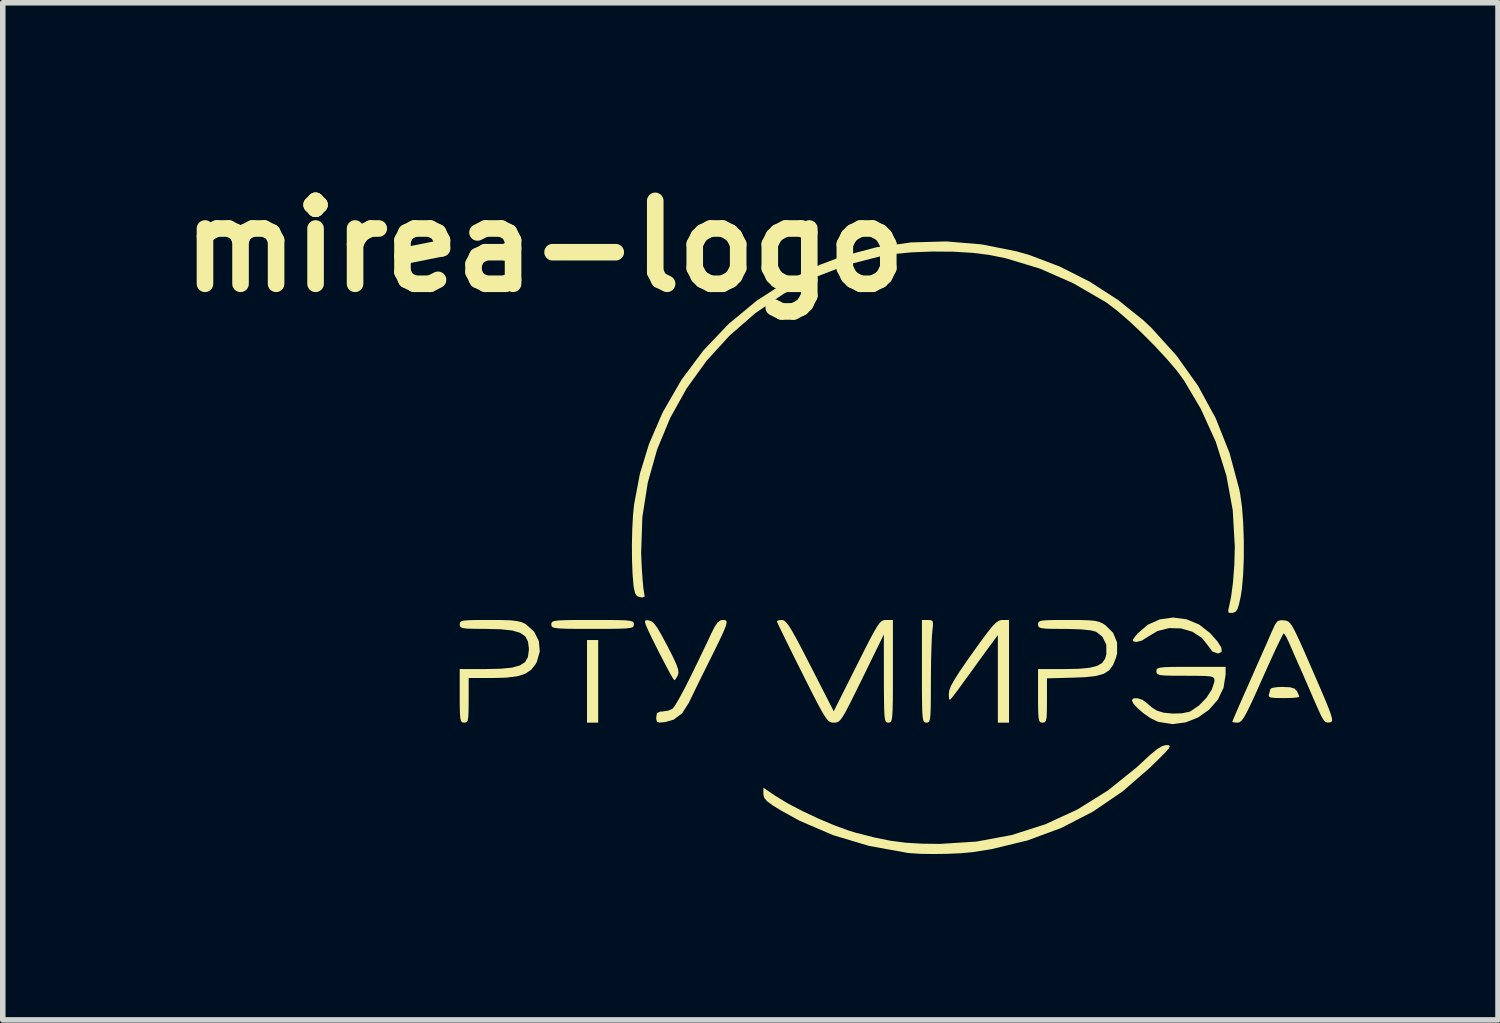
<source format=kicad_pcb>
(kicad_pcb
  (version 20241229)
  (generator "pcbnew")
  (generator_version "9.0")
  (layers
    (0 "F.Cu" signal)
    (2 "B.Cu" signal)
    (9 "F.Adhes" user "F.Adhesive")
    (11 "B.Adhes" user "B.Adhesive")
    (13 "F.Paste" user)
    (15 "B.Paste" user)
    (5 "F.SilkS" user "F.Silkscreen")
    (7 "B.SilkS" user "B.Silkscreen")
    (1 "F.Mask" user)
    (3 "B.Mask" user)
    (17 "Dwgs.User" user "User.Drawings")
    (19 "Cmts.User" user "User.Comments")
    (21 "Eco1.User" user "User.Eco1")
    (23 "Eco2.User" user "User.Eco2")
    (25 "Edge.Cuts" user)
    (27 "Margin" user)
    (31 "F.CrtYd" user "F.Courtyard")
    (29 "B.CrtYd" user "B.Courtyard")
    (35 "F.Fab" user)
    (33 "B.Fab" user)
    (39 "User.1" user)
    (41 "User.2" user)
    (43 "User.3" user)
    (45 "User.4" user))
  (footprint "mirea-logo"
    (layer "F.Cu")
    (at 13.3 8.404)
    (property "Reference" "mirea-logo" (at -6.5 -7 0) (layer "F.SilkS") (effects (font (size 1.5 1.5) (thickness 0.3))))
    (attr board_only exclude_from_pos_files exclude_from_bom)
    (fp_poly (pts (xy -5.532 0.868) (xy -5.532 1.615) (xy -5.633 1.615) (xy -5.734 1.615) (xy -5.734 0.868) (xy -5.734 0.121) (xy -5.633 0.121) (xy -5.532 0.121)) (stroke (width 0) (type solid)) (fill yes) (layer "F.SilkS"))
    (fp_poly (pts (xy 6.981 0.975) (xy 7.06 0.998) (xy 7.104 1.044) (xy 7.106 1.047) (xy 7.139 1.119) (xy 7.148 1.148) (xy 7.111 1.159) (xy 7.013 1.168) (xy 6.875 1.171) (xy 6.861 1.171) (xy 6.711 1.169) (xy 6.627 1.159) (xy 6.595 1.139) (xy 6.598 1.107) (xy 6.62 1.03) (xy 6.623 1.006) (xy 6.659 0.986) (xy 6.753 0.972) (xy 6.843 0.969)) (stroke (width 0) (type solid)) (fill yes) (layer "F.SilkS"))
    (fp_poly (pts (xy -4.622 -0.235) (xy -4.571 -0.22) (xy -4.521 -0.179) (xy -4.463 -0.1) (xy -4.388 0.027) (xy -4.287 0.216) (xy -4.283 0.223) (xy -4.184 0.417) (xy -4.12 0.555) (xy -4.087 0.649) (xy -4.08 0.714) (xy -4.091 0.758) (xy -4.13 0.827) (xy -4.155 0.848) (xy -4.181 0.813) (xy -4.235 0.719) (xy -4.311 0.577) (xy -4.403 0.4) (xy -4.454 0.3) (xy -4.558 0.091) (xy -4.629 -0.057) (xy -4.671 -0.153) (xy -4.686 -0.208) (xy -4.678 -0.233) (xy -4.65 -0.238)) (stroke (width 0) (type solid)) (fill yes) (layer "F.SilkS"))
    (fp_poly (pts (xy 5.105 -0.255) (xy 5.335 -0.16) (xy 5.536 -0.003) (xy 5.669 0.148) (xy 5.739 0.261) (xy 5.744 0.334) (xy 5.685 0.363) (xy 5.671 0.363) (xy 5.576 0.329) (xy 5.512 0.242) (xy 5.387 0.083) (xy 5.214 -0.029) (xy 5.01 -0.089) (xy 4.795 -0.095) (xy 4.585 -0.043) (xy 4.404 0.065) (xy 4.298 0.132) (xy 4.203 0.155) (xy 4.194 0.154) (xy 4.143 0.143) (xy 4.136 0.118) (xy 4.176 0.06) (xy 4.222 0.004) (xy 4.407 -0.156) (xy 4.626 -0.253) (xy 4.864 -0.286)) (stroke (width 0) (type solid)) (fill yes) (layer "F.SilkS"))
    (fp_poly (pts (xy 0.491 -0.238) (xy 0.52 -0.213) (xy 0.523 -0.146) (xy 0.511 -0.03) (xy 0.502 0.081) (xy 0.495 0.255) (xy 0.489 0.472) (xy 0.486 0.715) (xy 0.485 0.898) (xy 0.484 1.155) (xy 0.482 1.341) (xy 0.477 1.469) (xy 0.468 1.55) (xy 0.454 1.593) (xy 0.433 1.612) (xy 0.404 1.615) (xy 0.404 1.615) (xy 0.378 1.612) (xy 0.358 1.597) (xy 0.344 1.56) (xy 0.334 1.492) (xy 0.328 1.382) (xy 0.325 1.221) (xy 0.323 0.999) (xy 0.323 0.707) (xy 0.323 0.686) (xy 0.323 -0.242) (xy 0.43 -0.242)) (stroke (width 0) (type solid)) (fill yes) (layer "F.SilkS"))
    (fp_poly (pts (xy -5.371 -0.242) (xy -5.178 -0.24) (xy -5.045 -0.236) (xy -4.96 -0.227) (xy -4.912 -0.214) (xy -4.891 -0.194) (xy -4.886 -0.167) (xy -4.886 -0.162) (xy -4.89 -0.133) (xy -4.907 -0.112) (xy -4.949 -0.098) (xy -5.027 -0.089) (xy -5.151 -0.084) (xy -5.332 -0.081) (xy -5.581 -0.081) (xy -5.633 -0.081) (xy -5.896 -0.081) (xy -6.088 -0.083) (xy -6.222 -0.088) (xy -6.307 -0.096) (xy -6.354 -0.109) (xy -6.375 -0.129) (xy -6.38 -0.156) (xy -6.38 -0.162) (xy -6.377 -0.19) (xy -6.36 -0.211) (xy -6.317 -0.225) (xy -6.24 -0.234) (xy -6.116 -0.239) (xy -5.934 -0.242) (xy -5.685 -0.242) (xy -5.633 -0.242)) (stroke (width 0) (type solid)) (fill yes) (layer "F.SilkS"))
    (fp_poly (pts (xy 1.898 0.686) (xy 1.898 1.615) (xy 1.797 1.615) (xy 1.696 1.615) (xy 1.696 0.824) (xy 1.696 0.032) (xy 1.545 0.236) (xy 1.449 0.367) (xy 1.329 0.532) (xy 1.205 0.704) (xy 1.171 0.751) (xy 1.065 0.897) (xy 0.97 1.028) (xy 0.899 1.121) (xy 0.88 1.146) (xy 0.833 1.199) (xy 0.814 1.192) (xy 0.809 1.115) (xy 0.809 1.096) (xy 0.817 1.032) (xy 0.848 0.951) (xy 0.907 0.844) (xy 0.999 0.698) (xy 1.131 0.505) (xy 1.235 0.359) (xy 1.389 0.144) (xy 1.505 -0.013) (xy 1.592 -0.121) (xy 1.657 -0.189) (xy 1.708 -0.226) (xy 1.754 -0.241) (xy 1.78 -0.242) (xy 1.898 -0.242)) (stroke (width 0) (type solid)) (fill yes) (layer "F.SilkS"))
    (fp_poly (pts (xy -3.238 -0.24) (xy -3.214 -0.226) (xy -3.209 -0.191) (xy -3.226 -0.127) (xy -3.267 -0.025) (xy -3.337 0.125) (xy -3.438 0.332) (xy -3.533 0.523) (xy -3.638 0.734) (xy -3.735 0.931) (xy -3.816 1.098) (xy -3.874 1.217) (xy -3.893 1.257) (xy -4.013 1.445) (xy -4.166 1.56) (xy -4.317 1.604) (xy -4.422 1.614) (xy -4.469 1.599) (xy -4.482 1.549) (xy -4.482 1.52) (xy -4.469 1.442) (xy -4.413 1.415) (xy -4.369 1.413) (xy -4.259 1.396) (xy -4.187 1.363) (xy -4.142 1.305) (xy -4.068 1.179) (xy -3.967 0.992) (xy -3.844 0.748) (xy -3.701 0.454) (xy -3.54 0.117) (xy -3.5 0.03) (xy -3.428 -0.115) (xy -3.371 -0.199) (xy -3.319 -0.236) (xy -3.279 -0.242)) (stroke (width 0) (type solid)) (fill yes) (layer "F.SilkS"))
    (fp_poly (pts (xy 5.815 0.748) (xy 5.777 0.986) (xy 5.674 1.2) (xy 5.516 1.381) (xy 5.318 1.521) (xy 5.093 1.61) (xy 4.852 1.641) (xy 4.61 1.603) (xy 4.57 1.59) (xy 4.456 1.533) (xy 4.334 1.449) (xy 4.224 1.355) (xy 4.145 1.268) (xy 4.119 1.21) (xy 4.15 1.175) (xy 4.223 1.174) (xy 4.311 1.202) (xy 4.385 1.256) (xy 4.385 1.256) (xy 4.481 1.34) (xy 4.571 1.397) (xy 4.695 1.435) (xy 4.858 1.451) (xy 5.024 1.446) (xy 5.157 1.419) (xy 5.182 1.408) (xy 5.335 1.304) (xy 5.468 1.165) (xy 5.566 1.015) (xy 5.612 0.874) (xy 5.613 0.85) (xy 5.609 0.816) (xy 5.588 0.793) (xy 5.538 0.779) (xy 5.445 0.771) (xy 5.297 0.768) (xy 5.088 0.767) (xy 4.874 0.767) (xy 4.727 0.763) (xy 4.636 0.755) (xy 4.587 0.74) (xy 4.567 0.717) (xy 4.563 0.686) (xy 4.567 0.656) (xy 4.586 0.634) (xy 4.633 0.62) (xy 4.719 0.611) (xy 4.857 0.607) (xy 5.057 0.606) (xy 5.189 0.606) (xy 5.815 0.606)) (stroke (width 0) (type solid)) (fill yes) (layer "F.SilkS"))
    (fp_poly (pts (xy 4.792 2.025) (xy 4.807 2.041) (xy 4.789 2.079) (xy 4.732 2.146) (xy 4.628 2.251) (xy 4.473 2.403) (xy 4.46 2.417) (xy 3.954 2.857) (xy 3.416 3.224) (xy 2.844 3.519) (xy 2.233 3.745) (xy 1.58 3.903) (xy 1.239 3.957) (xy 1.035 3.976) (xy 0.79 3.987) (xy 0.532 3.991) (xy 0.291 3.987) (xy 0.095 3.974) (xy 0.061 3.97) (xy -0.634 3.844) (xy -1.283 3.65) (xy -1.888 3.39) (xy -2.231 3.201) (xy -2.383 3.106) (xy -2.477 3.036) (xy -2.526 2.98) (xy -2.543 2.923) (xy -2.544 2.902) (xy -2.544 2.792) (xy -2.332 2.936) (xy -2.117 3.068) (xy -1.85 3.208) (xy -1.557 3.347) (xy -1.263 3.471) (xy -0.995 3.569) (xy -0.868 3.607) (xy -0.534 3.692) (xy -0.243 3.751) (xy 0.035 3.787) (xy 0.332 3.804) (xy 0.646 3.808) (xy 1.307 3.766) (xy 1.944 3.648) (xy 2.555 3.453) (xy 3.137 3.184) (xy 3.687 2.841) (xy 4.203 2.426) (xy 4.295 2.341) (xy 4.456 2.192) (xy 4.575 2.095) (xy 4.664 2.041) (xy 4.734 2.021) (xy 4.75 2.02)) (stroke (width 0) (type solid)) (fill yes) (layer "F.SilkS"))
    (fp_poly (pts (xy -7.274 -0.241) (xy -7.112 -0.235) (xy -6.998 -0.222) (xy -6.916 -0.202) (xy -6.85 -0.171) (xy -6.837 -0.163) (xy -6.69 -0.03) (xy -6.605 0.14) (xy -6.588 0.329) (xy -6.642 0.517) (xy -6.664 0.558) (xy -6.745 0.66) (xy -6.851 0.731) (xy -6.997 0.777) (xy -7.197 0.801) (xy -7.449 0.808) (xy -7.874 0.808) (xy -7.874 1.211) (xy -7.876 1.395) (xy -7.881 1.513) (xy -7.893 1.579) (xy -7.916 1.608) (xy -7.951 1.615) (xy -7.955 1.615) (xy -7.989 1.611) (xy -8.012 1.587) (xy -8.026 1.532) (xy -8.033 1.432) (xy -8.036 1.273) (xy -8.036 1.131) (xy -8.036 0.646) (xy -7.578 0.646) (xy -7.3 0.64) (xy -7.092 0.62) (xy -6.947 0.58) (xy -6.853 0.518) (xy -6.803 0.428) (xy -6.786 0.305) (xy -6.785 0.275) (xy -6.801 0.149) (xy -6.851 0.055) (xy -6.944 -0.01) (xy -7.09 -0.052) (xy -7.298 -0.074) (xy -7.574 -0.081) (xy -7.773 -0.082) (xy -7.905 -0.086) (xy -7.983 -0.096) (xy -8.022 -0.114) (xy -8.035 -0.142) (xy -8.036 -0.162) (xy -8.032 -0.194) (xy -8.01 -0.217) (xy -7.958 -0.231) (xy -7.864 -0.238) (xy -7.714 -0.242) (xy -7.501 -0.242)) (stroke (width 0) (type solid)) (fill yes) (layer "F.SilkS"))
    (fp_poly (pts (xy 3.184 -0.241) (xy 3.342 -0.236) (xy 3.452 -0.226) (xy 3.531 -0.207) (xy 3.594 -0.178) (xy 3.638 -0.15) (xy 3.779 -0.011) (xy 3.852 0.164) (xy 3.853 0.363) (xy 3.832 0.443) (xy 3.78 0.573) (xy 3.712 0.666) (xy 3.615 0.73) (xy 3.475 0.77) (xy 3.279 0.792) (xy 3.066 0.801) (xy 2.584 0.814) (xy 2.584 1.215) (xy 2.583 1.398) (xy 2.578 1.515) (xy 2.565 1.58) (xy 2.543 1.609) (xy 2.507 1.615) (xy 2.504 1.615) (xy 2.47 1.611) (xy 2.447 1.587) (xy 2.433 1.532) (xy 2.426 1.432) (xy 2.423 1.273) (xy 2.423 1.131) (xy 2.423 0.646) (xy 2.889 0.646) (xy 3.155 0.641) (xy 3.353 0.623) (xy 3.491 0.589) (xy 3.582 0.535) (xy 3.636 0.457) (xy 3.658 0.379) (xy 3.657 0.203) (xy 3.586 0.06) (xy 3.472 -0.029) (xy 3.377 -0.054) (xy 3.212 -0.071) (xy 2.988 -0.079) (xy 2.897 -0.08) (xy 2.695 -0.081) (xy 2.56 -0.085) (xy 2.479 -0.095) (xy 2.438 -0.112) (xy 2.424 -0.14) (xy 2.423 -0.162) (xy 2.427 -0.194) (xy 2.449 -0.217) (xy 2.5 -0.231) (xy 2.594 -0.238) (xy 2.744 -0.242) (xy 2.961 -0.242) (xy 2.962 -0.242)) (stroke (width 0) (type solid)) (fill yes) (layer "F.SilkS"))
    (fp_poly (pts (xy -0.202 0.686) (xy -0.202 0.983) (xy -0.203 1.209) (xy -0.207 1.373) (xy -0.213 1.486) (xy -0.222 1.557) (xy -0.236 1.596) (xy -0.255 1.612) (xy -0.281 1.615) (xy -0.283 1.615) (xy -0.31 1.612) (xy -0.331 1.595) (xy -0.345 1.555) (xy -0.355 1.48) (xy -0.36 1.36) (xy -0.363 1.185) (xy -0.365 0.944) (xy -0.365 0.818) (xy -0.366 0.02) (xy -0.756 0.818) (xy -0.884 1.078) (xy -0.982 1.274) (xy -1.056 1.416) (xy -1.112 1.512) (xy -1.156 1.57) (xy -1.194 1.601) (xy -1.231 1.613) (xy -1.269 1.615) (xy -1.309 1.613) (xy -1.344 1.601) (xy -1.381 1.57) (xy -1.425 1.512) (xy -1.482 1.42) (xy -1.556 1.284) (xy -1.653 1.096) (xy -1.778 0.848) (xy -1.847 0.709) (xy -1.972 0.461) (xy -2.083 0.236) (xy -2.176 0.046) (xy -2.247 -0.1) (xy -2.29 -0.192) (xy -2.302 -0.219) (xy -2.267 -0.237) (xy -2.209 -0.242) (xy -2.174 -0.234) (xy -2.136 -0.204) (xy -2.088 -0.143) (xy -2.026 -0.044) (xy -1.944 0.103) (xy -1.837 0.305) (xy -1.701 0.571) (xy -1.694 0.584) (xy -1.272 1.409) (xy -0.858 0.584) (xy -0.725 0.319) (xy -0.622 0.117) (xy -0.543 -0.029) (xy -0.484 -0.129) (xy -0.438 -0.192) (xy -0.399 -0.226) (xy -0.363 -0.24) (xy -0.323 -0.242) (xy -0.202 -0.242)) (stroke (width 0) (type solid)) (fill yes) (layer "F.SilkS"))
    (fp_poly (pts (xy 6.871 -0.235) (xy 6.911 -0.229) (xy 6.947 -0.214) (xy 6.983 -0.181) (xy 7.024 -0.121) (xy 7.075 -0.027) (xy 7.141 0.112) (xy 7.227 0.304) (xy 7.338 0.557) (xy 7.394 0.686) (xy 7.517 0.969) (xy 7.61 1.187) (xy 7.676 1.349) (xy 7.718 1.462) (xy 7.738 1.536) (xy 7.741 1.579) (xy 7.728 1.601) (xy 7.706 1.609) (xy 7.66 1.614) (xy 7.623 1.604) (xy 7.587 1.568) (xy 7.544 1.493) (xy 7.487 1.37) (xy 7.406 1.186) (xy 7.391 1.151) (xy 7.308 0.959) (xy 7.227 0.772) (xy 7.158 0.615) (xy 7.127 0.545) (xy 7.058 0.39) (xy 6.989 0.23) (xy 6.963 0.172) (xy 6.915 0.07) (xy 6.877 0.008) (xy 6.866 0) (xy 6.843 0.035) (xy 6.794 0.134) (xy 6.721 0.285) (xy 6.632 0.479) (xy 6.53 0.704) (xy 6.484 0.808) (xy 6.365 1.074) (xy 6.273 1.275) (xy 6.202 1.42) (xy 6.148 1.518) (xy 6.106 1.577) (xy 6.07 1.606) (xy 6.036 1.615) (xy 6.031 1.615) (xy 5.958 1.61) (xy 5.936 1.6) (xy 5.951 1.56) (xy 5.993 1.461) (xy 6.055 1.318) (xy 6.122 1.166) (xy 6.206 0.976) (xy 6.287 0.793) (xy 6.354 0.641) (xy 6.387 0.565) (xy 6.448 0.428) (xy 6.505 0.299) (xy 6.522 0.262) (xy 6.571 0.151) (xy 6.632 0.01) (xy 6.66 -0.053) (xy 6.713 -0.167) (xy 6.759 -0.223) (xy 6.818 -0.238)) (stroke (width 0) (type solid)) (fill yes) (layer "F.SilkS"))
    (fp_poly (pts (xy 1.405 -7.034) (xy 2.032 -6.909) (xy 2.267 -6.842) (xy 2.818 -6.633) (xy 3.359 -6.359) (xy 3.87 -6.029) (xy 4.332 -5.658) (xy 4.47 -5.528) (xy 4.926 -5.024) (xy 5.316 -4.477) (xy 5.636 -3.889) (xy 5.885 -3.264) (xy 6.061 -2.609) (xy 6.078 -2.524) (xy 6.111 -2.288) (xy 6.133 -2) (xy 6.144 -1.684) (xy 6.144 -1.363) (xy 6.132 -1.061) (xy 6.109 -0.8) (xy 6.088 -0.666) (xy 6.055 -0.516) (xy 6.025 -0.429) (xy 5.988 -0.386) (xy 5.938 -0.37) (xy 5.871 -0.371) (xy 5.862 -0.416) (xy 5.87 -0.451) (xy 5.914 -0.66) (xy 5.949 -0.927) (xy 5.972 -1.229) (xy 5.981 -1.543) (xy 5.981 -1.575) (xy 5.944 -2.225) (xy 5.829 -2.853) (xy 5.637 -3.464) (xy 5.367 -4.059) (xy 5.06 -4.578) (xy 4.929 -4.755) (xy 4.749 -4.965) (xy 4.537 -5.194) (xy 4.308 -5.424) (xy 4.078 -5.641) (xy 3.862 -5.828) (xy 3.677 -5.97) (xy 3.647 -5.99) (xy 3.061 -6.331) (xy 2.457 -6.596) (xy 1.84 -6.783) (xy 1.549 -6.842) (xy 1.244 -6.881) (xy 0.891 -6.902) (xy 0.516 -6.905) (xy 0.146 -6.891) (xy -0.191 -6.86) (xy -0.392 -6.828) (xy -1.025 -6.666) (xy -1.621 -6.435) (xy -2.178 -6.141) (xy -2.692 -5.789) (xy -3.157 -5.383) (xy -3.572 -4.929) (xy -3.931 -4.431) (xy -4.23 -3.895) (xy -4.466 -3.325) (xy -4.635 -2.726) (xy -4.733 -2.103) (xy -4.755 -1.462) (xy -4.752 -1.373) (xy -4.742 -1.163) (xy -4.729 -0.976) (xy -4.716 -0.829) (xy -4.703 -0.742) (xy -4.701 -0.733) (xy -4.691 -0.665) (xy -4.731 -0.649) (xy -4.769 -0.653) (xy -4.829 -0.673) (xy -4.865 -0.725) (xy -4.888 -0.831) (xy -4.893 -0.868) (xy -4.91 -1.067) (xy -4.92 -1.32) (xy -4.922 -1.601) (xy -4.916 -1.882) (xy -4.902 -2.137) (xy -4.883 -2.329) (xy -4.777 -2.889) (xy -4.613 -3.424) (xy -4.382 -3.96) (xy -4.355 -4.015) (xy -4.023 -4.59) (xy -3.628 -5.118) (xy -3.175 -5.594) (xy -2.668 -6.014) (xy -2.115 -6.373) (xy -1.519 -6.667) (xy -1.109 -6.821) (xy -0.505 -6.981) (xy 0.124 -7.07) (xy 0.765 -7.088)) (stroke (width 0) (type solid)) (fill yes) (layer "F.SilkS")))
  (gr_rect
    (start -3 -3)
    (end 24.041 15.395)
    (stroke (width 0.1) (type default))
    (fill no)
    (layer "Edge.Cuts")))
</source>
